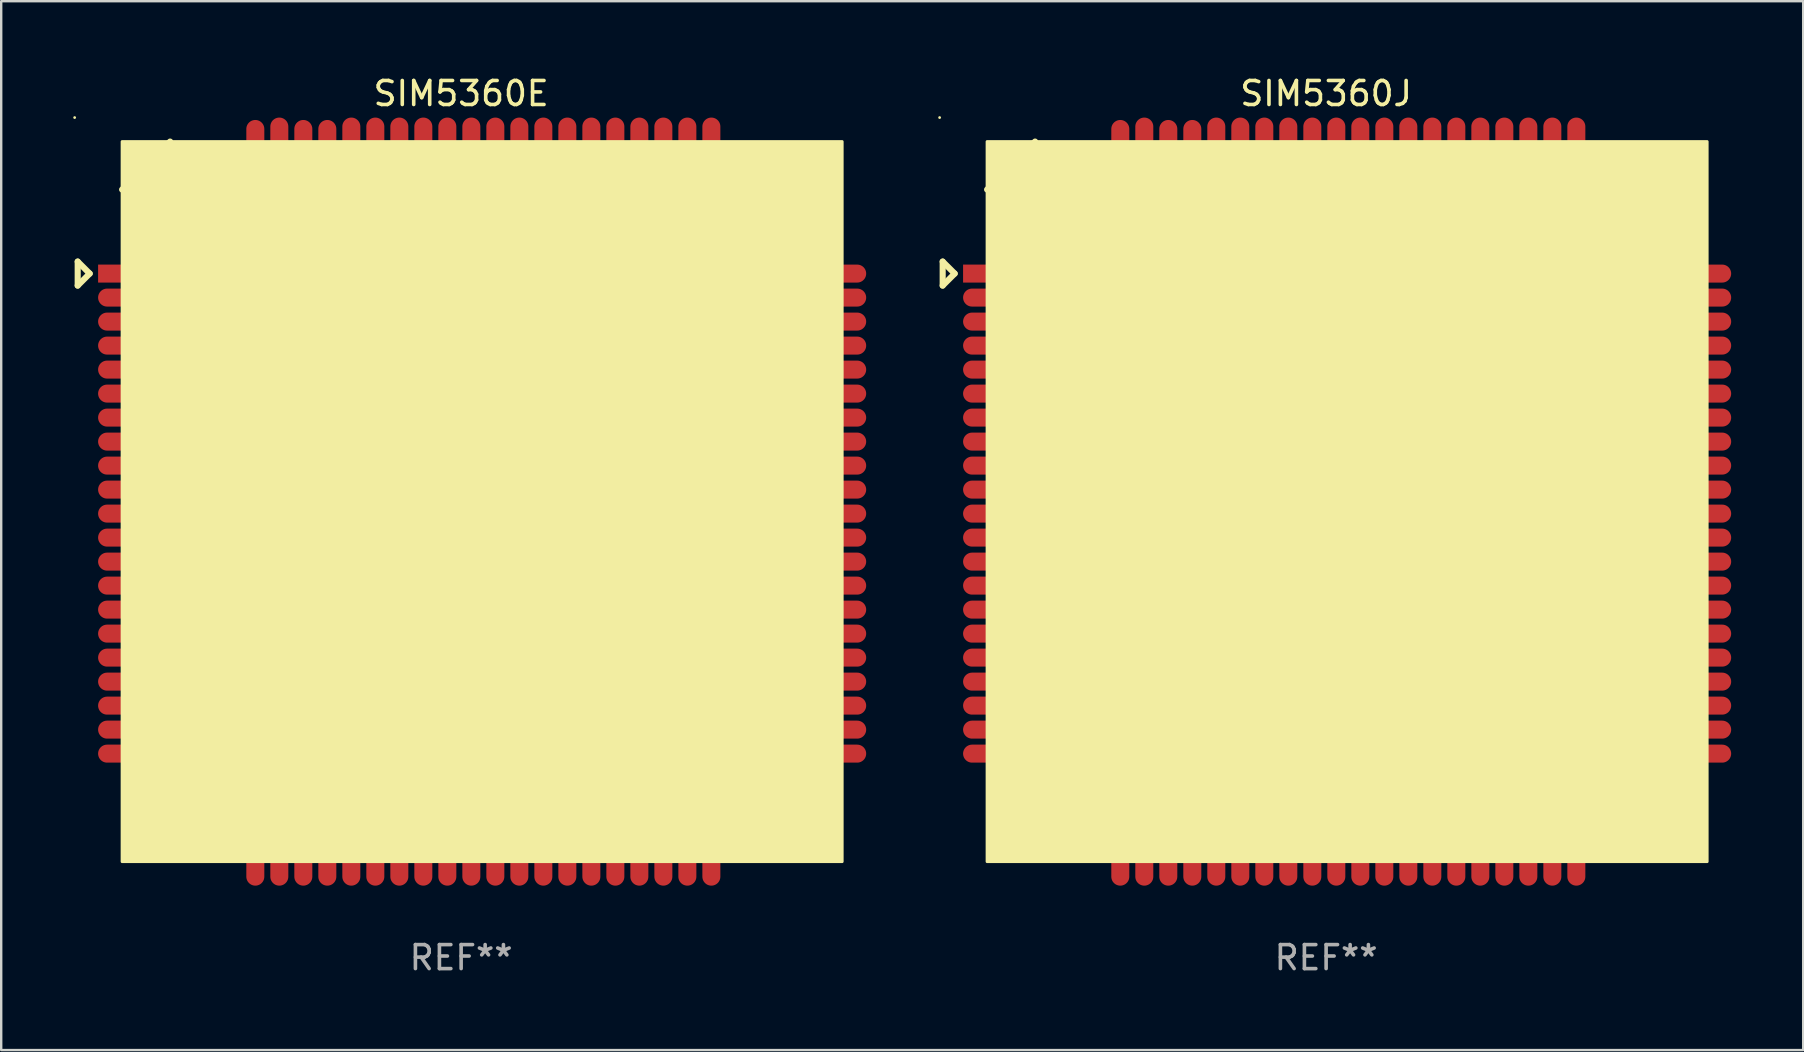
<source format=kicad_pcb>
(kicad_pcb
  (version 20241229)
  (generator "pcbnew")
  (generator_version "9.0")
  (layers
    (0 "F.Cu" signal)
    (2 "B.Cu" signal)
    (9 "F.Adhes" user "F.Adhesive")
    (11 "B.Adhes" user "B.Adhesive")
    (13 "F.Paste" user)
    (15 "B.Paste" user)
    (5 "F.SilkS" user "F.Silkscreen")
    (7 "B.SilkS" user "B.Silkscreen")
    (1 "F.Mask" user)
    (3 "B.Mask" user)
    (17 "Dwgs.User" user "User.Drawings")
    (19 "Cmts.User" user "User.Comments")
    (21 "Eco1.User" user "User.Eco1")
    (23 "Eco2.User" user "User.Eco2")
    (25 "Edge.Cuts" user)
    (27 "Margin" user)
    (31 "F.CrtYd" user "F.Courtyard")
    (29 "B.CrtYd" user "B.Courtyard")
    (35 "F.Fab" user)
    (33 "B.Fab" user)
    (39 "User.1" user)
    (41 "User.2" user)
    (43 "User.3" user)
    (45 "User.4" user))
  (footprint "SIM5360J"
    (layer "F.Cu")
    (at 52.199 17.848)
    (property "Reference" "SIM5360J" (at 0 -17 0) (layer "F.SilkS") (effects (font (size 1 1) (thickness 0.15))))
    (attr through_hole)
    (fp_line (start -15.975 -10) (end -15.975 -9) (stroke (width 0.254) (type solid)) (layer "F.SilkS"))
    (fp_line (start -15.975 -9) (end -15.475 -9.5) (stroke (width 0.254) (type solid)) (layer "F.SilkS"))
    (fp_line (start -15.475 -9.5) (end -15.975 -10) (stroke (width 0.254) (type solid)) (layer "F.SilkS"))
    (fp_line (start -12.125 -15) (end -14.125 -13) (stroke (width 0.254) (type solid)) (layer "F.SilkS"))
    (fp_circle (center -16.102 -16) (end -16.072 -16) (stroke (width 0.06) (type solid)) (fill no) (layer "F.SilkS"))
    (fp_poly (pts (xy -14.125 -15) (xy 15.875 -15) (xy 15.875 15) (xy -14.125 15)) (stroke (width 0.12) (type solid)) (fill yes) (layer "F.SilkS"))
    (fp_text user "REF**" (at 0 19 0) (layer "F.Fab") (effects (font (size 1 1) (thickness 0.15))))
    (pad "1" smd rect (at -14.125 -9.5) (size 2 0.75) (layers "F.Cu" "F.Mask" "F.Paste"))
    (pad "2" smd oval (at -14.125 -8.5) (size 2 0.75) (layers "F.Cu" "F.Mask" "F.Paste"))
    (pad "3" smd oval (at -14.125 -7.5) (size 2 0.75) (layers "F.Cu" "F.Mask" "F.Paste"))
    (pad "4" smd oval (at -14.125 -6.5) (size 2 0.75) (layers "F.Cu" "F.Mask" "F.Paste"))
    (pad "5" smd oval (at -14.125 -5.5) (size 2 0.75) (layers "F.Cu" "F.Mask" "F.Paste"))
    (pad "6" smd oval (at -14.125 -4.5) (size 2 0.75) (layers "F.Cu" "F.Mask" "F.Paste"))
    (pad "7" smd oval (at -14.125 -3.5) (size 2 0.75) (layers "F.Cu" "F.Mask" "F.Paste"))
    (pad "8" smd oval (at -14.125 -2.5) (size 2 0.75) (layers "F.Cu" "F.Mask" "F.Paste"))
    (pad "9" smd oval (at -14.125 -1.5) (size 2 0.75) (layers "F.Cu" "F.Mask" "F.Paste"))
    (pad "10" smd oval (at -14.125 -0.5) (size 2 0.75) (layers "F.Cu" "F.Mask" "F.Paste"))
    (pad "11" smd oval (at -14.125 0.5) (size 2 0.75) (layers "F.Cu" "F.Mask" "F.Paste"))
    (pad "12" smd oval (at -14.125 1.5) (size 2 0.75) (layers "F.Cu" "F.Mask" "F.Paste"))
    (pad "13" smd oval (at -14.125 2.5) (size 2 0.75) (layers "F.Cu" "F.Mask" "F.Paste"))
    (pad "14" smd oval (at -14.125 3.5) (size 2 0.75) (layers "F.Cu" "F.Mask" "F.Paste"))
    (pad "15" smd oval (at -14.125 4.5) (size 2 0.75) (layers "F.Cu" "F.Mask" "F.Paste"))
    (pad "16" smd oval (at -14.125 5.5) (size 2 0.75) (layers "F.Cu" "F.Mask" "F.Paste"))
    (pad "17" smd oval (at -14.125 6.5) (size 2 0.75) (layers "F.Cu" "F.Mask" "F.Paste"))
    (pad "18" smd oval (at -14.125 7.5) (size 2 0.75) (layers "F.Cu" "F.Mask" "F.Paste"))
    (pad "19" smd oval (at -14.125 8.5) (size 2 0.75) (layers "F.Cu" "F.Mask" "F.Paste"))
    (pad "20" smd oval (at -14.125 9.5) (size 2 0.75) (layers "F.Cu" "F.Mask" "F.Paste"))
    (pad "21" smd oval (at -8.575 15 90) (size 2 0.75) (layers "F.Cu" "F.Mask" "F.Paste"))
    (pad "22" smd oval (at -7.575 15 90) (size 2 0.75) (layers "F.Cu" "F.Mask" "F.Paste"))
    (pad "23" smd oval (at -6.575 15 90) (size 2 0.75) (layers "F.Cu" "F.Mask" "F.Paste"))
    (pad "24" smd oval (at -5.575 15 90) (size 2 0.75) (layers "F.Cu" "F.Mask" "F.Paste"))
    (pad "25" smd oval (at -4.575 15 90) (size 2 0.75) (layers "F.Cu" "F.Mask" "F.Paste"))
    (pad "26" smd oval (at -3.575 15 90) (size 2 0.75) (layers "F.Cu" "F.Mask" "F.Paste"))
    (pad "27" smd oval (at -2.575 15 90) (size 2 0.75) (layers "F.Cu" "F.Mask" "F.Paste"))
    (pad "28" smd oval (at -1.575 15 90) (size 2 0.75) (layers "F.Cu" "F.Mask" "F.Paste"))
    (pad "29" smd oval (at -0.575 15 90) (size 2 0.75) (layers "F.Cu" "F.Mask" "F.Paste"))
    (pad "30" smd oval (at 0.425 15 90) (size 2 0.75) (layers "F.Cu" "F.Mask" "F.Paste"))
    (pad "31" smd oval (at 1.425 15 90) (size 2 0.75) (layers "F.Cu" "F.Mask" "F.Paste"))
    (pad "32" smd oval (at 2.425 15 90) (size 2 0.75) (layers "F.Cu" "F.Mask" "F.Paste"))
    (pad "33" smd oval (at 3.425 15 90) (size 2 0.75) (layers "F.Cu" "F.Mask" "F.Paste"))
    (pad "34" smd oval (at 4.425 15 90) (size 2 0.75) (layers "F.Cu" "F.Mask" "F.Paste"))
    (pad "35" smd oval (at 5.425 15 90) (size 2 0.75) (layers "F.Cu" "F.Mask" "F.Paste"))
    (pad "36" smd oval (at 6.425 15 90) (size 2 0.75) (layers "F.Cu" "F.Mask" "F.Paste"))
    (pad "37" smd oval (at 7.425 15 90) (size 2 0.75) (layers "F.Cu" "F.Mask" "F.Paste"))
    (pad "38" smd oval (at 8.425 15 90) (size 2 0.75) (layers "F.Cu" "F.Mask" "F.Paste"))
    (pad "39" smd oval (at 9.425 15 90) (size 2 0.75) (layers "F.Cu" "F.Mask" "F.Paste"))
    (pad "40" smd oval (at 10.425 15 90) (size 2 0.75) (layers "F.Cu" "F.Mask" "F.Paste"))
    (pad "41" smd oval (at 15.875 9.5 180) (size 2 0.75) (layers "F.Cu" "F.Mask" "F.Paste"))
    (pad "42" smd oval (at 15.875 8.5 180) (size 2 0.75) (layers "F.Cu" "F.Mask" "F.Paste"))
    (pad "43" smd oval (at 15.875 7.5 180) (size 2 0.75) (layers "F.Cu" "F.Mask" "F.Paste"))
    (pad "44" smd oval (at 15.875 6.5 180) (size 2 0.75) (layers "F.Cu" "F.Mask" "F.Paste"))
    (pad "45" smd oval (at 15.875 5.5 180) (size 2 0.75) (layers "F.Cu" "F.Mask" "F.Paste"))
    (pad "46" smd oval (at 15.875 4.5 180) (size 2 0.75) (layers "F.Cu" "F.Mask" "F.Paste"))
    (pad "47" smd oval (at 15.875 3.5 180) (size 2 0.75) (layers "F.Cu" "F.Mask" "F.Paste"))
    (pad "48" smd oval (at 15.875 2.5 180) (size 2 0.75) (layers "F.Cu" "F.Mask" "F.Paste"))
    (pad "49" smd oval (at 15.875 1.5 180) (size 2 0.75) (layers "F.Cu" "F.Mask" "F.Paste"))
    (pad "50" smd oval (at 15.875 0.5 180) (size 2 0.75) (layers "F.Cu" "F.Mask" "F.Paste"))
    (pad "51" smd oval (at 15.875 -0.5 180) (size 2 0.75) (layers "F.Cu" "F.Mask" "F.Paste"))
    (pad "52" smd oval (at 15.875 -1.5 180) (size 2 0.75) (layers "F.Cu" "F.Mask" "F.Paste"))
    (pad "53" smd oval (at 15.875 -2.5 180) (size 2 0.75) (layers "F.Cu" "F.Mask" "F.Paste"))
    (pad "54" smd oval (at 15.875 -3.5 180) (size 2 0.75) (layers "F.Cu" "F.Mask" "F.Paste"))
    (pad "55" smd oval (at 15.875 -4.5 180) (size 2 0.75) (layers "F.Cu" "F.Mask" "F.Paste"))
    (pad "56" smd oval (at 15.875 -5.5 180) (size 2 0.75) (layers "F.Cu" "F.Mask" "F.Paste"))
    (pad "57" smd oval (at 15.975 -6.5 180) (size 1.8 0.75) (layers "F.Cu" "F.Mask" "F.Paste"))
    (pad "58" smd oval (at 15.975 -7.5 180) (size 1.8 0.75) (layers "F.Cu" "F.Mask" "F.Paste"))
    (pad "59" smd oval (at 15.875 -8.5 180) (size 2 0.75) (layers "F.Cu" "F.Mask" "F.Paste"))
    (pad "60" smd oval (at 15.975 -9.5 180) (size 1.8 0.75) (layers "F.Cu" "F.Mask" "F.Paste"))
    (pad "61" smd oval (at 10.425 -15 270) (size 2 0.75) (layers "F.Cu" "F.Mask" "F.Paste"))
    (pad "62" smd oval (at 9.425 -15 270) (size 2 0.75) (layers "F.Cu" "F.Mask" "F.Paste"))
    (pad "63" smd oval (at 8.425 -15 270) (size 2 0.75) (layers "F.Cu" "F.Mask" "F.Paste"))
    (pad "64" smd oval (at 7.425 -15 270) (size 2 0.75) (layers "F.Cu" "F.Mask" "F.Paste"))
    (pad "65" smd oval (at 6.425 -15 270) (size 2 0.75) (layers "F.Cu" "F.Mask" "F.Paste"))
    (pad "66" smd oval (at 5.425 -15 270) (size 2 0.75) (layers "F.Cu" "F.Mask" "F.Paste"))
    (pad "67" smd oval (at 4.425 -15 270) (size 2 0.75) (layers "F.Cu" "F.Mask" "F.Paste"))
    (pad "68" smd oval (at 3.425 -15 270) (size 2 0.75) (layers "F.Cu" "F.Mask" "F.Paste"))
    (pad "69" smd oval (at 2.425 -15 270) (size 2 0.75) (layers "F.Cu" "F.Mask" "F.Paste"))
    (pad "70" smd oval (at 1.425 -15 270) (size 2 0.75) (layers "F.Cu" "F.Mask" "F.Paste"))
    (pad "71" smd oval (at 0.425 -15 270) (size 2 0.75) (layers "F.Cu" "F.Mask" "F.Paste"))
    (pad "72" smd oval (at -0.575 -15 270) (size 2 0.75) (layers "F.Cu" "F.Mask" "F.Paste"))
    (pad "73" smd oval (at -1.575 -15 270) (size 2 0.75) (layers "F.Cu" "F.Mask" "F.Paste"))
    (pad "74" smd oval (at -2.575 -15 270) (size 2 0.75) (layers "F.Cu" "F.Mask" "F.Paste"))
    (pad "75" smd oval (at -3.575 -15 270) (size 2 0.75) (layers "F.Cu" "F.Mask" "F.Paste"))
    (pad "76" smd oval (at -4.575 -15 270) (size 2 0.75) (layers "F.Cu" "F.Mask" "F.Paste"))
    (pad "77" smd oval (at -5.575 -15 270) (size 1.8 0.75) (layers "F.Cu" "F.Mask" "F.Paste"))
    (pad "78" smd oval (at -6.575 -15 270) (size 1.8 0.75) (layers "F.Cu" "F.Mask" "F.Paste"))
    (pad "79" smd oval (at -7.575 -15 270) (size 2 0.75) (layers "F.Cu" "F.Mask" "F.Paste"))
    (pad "80" smd oval (at -8.575 -15 270) (size 1.8 0.75) (layers "F.Cu" "F.Mask" "F.Paste"))
    (pad "81" smd oval (at -14.125 10.5) (size 2 0.75) (layers "F.Cu" "F.Mask" "F.Paste"))
    (pad "82" smd oval (at 15.875 10.5 180) (size 2 0.75) (layers "F.Cu" "F.Mask" "F.Paste")))
  (footprint "SIM5360E"
    (layer "F.Cu")
    (at 16.162 17.848)
    (property "Reference" "SIM5360E" (at 0 -17 0) (layer "F.SilkS") (effects (font (size 1 1) (thickness 0.15))))
    (attr through_hole)
    (fp_line (start -15.975 -10) (end -15.975 -9) (stroke (width 0.254) (type solid)) (layer "F.SilkS"))
    (fp_line (start -15.975 -9) (end -15.475 -9.5) (stroke (width 0.254) (type solid)) (layer "F.SilkS"))
    (fp_line (start -15.475 -9.5) (end -15.975 -10) (stroke (width 0.254) (type solid)) (layer "F.SilkS"))
    (fp_line (start -12.125 -15) (end -14.125 -13) (stroke (width 0.254) (type solid)) (layer "F.SilkS"))
    (fp_circle (center -16.102 -16) (end -16.072 -16) (stroke (width 0.06) (type solid)) (fill no) (layer "F.SilkS"))
    (fp_poly (pts (xy -14.125 -15) (xy 15.875 -15) (xy 15.875 15) (xy -14.125 15)) (stroke (width 0.12) (type solid)) (fill yes) (layer "F.SilkS"))
    (fp_text user "REF**" (at 0 19 0) (layer "F.Fab") (effects (font (size 1 1) (thickness 0.15))))
    (pad "1" smd rect (at -14.125 -9.5) (size 2 0.75) (layers "F.Cu" "F.Mask" "F.Paste"))
    (pad "2" smd oval (at -14.125 -8.5) (size 2 0.75) (layers "F.Cu" "F.Mask" "F.Paste"))
    (pad "3" smd oval (at -14.125 -7.5) (size 2 0.75) (layers "F.Cu" "F.Mask" "F.Paste"))
    (pad "4" smd oval (at -14.125 -6.5) (size 2 0.75) (layers "F.Cu" "F.Mask" "F.Paste"))
    (pad "5" smd oval (at -14.125 -5.5) (size 2 0.75) (layers "F.Cu" "F.Mask" "F.Paste"))
    (pad "6" smd oval (at -14.125 -4.5) (size 2 0.75) (layers "F.Cu" "F.Mask" "F.Paste"))
    (pad "7" smd oval (at -14.125 -3.5) (size 2 0.75) (layers "F.Cu" "F.Mask" "F.Paste"))
    (pad "8" smd oval (at -14.125 -2.5) (size 2 0.75) (layers "F.Cu" "F.Mask" "F.Paste"))
    (pad "9" smd oval (at -14.125 -1.5) (size 2 0.75) (layers "F.Cu" "F.Mask" "F.Paste"))
    (pad "10" smd oval (at -14.125 -0.5) (size 2 0.75) (layers "F.Cu" "F.Mask" "F.Paste"))
    (pad "11" smd oval (at -14.125 0.5) (size 2 0.75) (layers "F.Cu" "F.Mask" "F.Paste"))
    (pad "12" smd oval (at -14.125 1.5) (size 2 0.75) (layers "F.Cu" "F.Mask" "F.Paste"))
    (pad "13" smd oval (at -14.125 2.5) (size 2 0.75) (layers "F.Cu" "F.Mask" "F.Paste"))
    (pad "14" smd oval (at -14.125 3.5) (size 2 0.75) (layers "F.Cu" "F.Mask" "F.Paste"))
    (pad "15" smd oval (at -14.125 4.5) (size 2 0.75) (layers "F.Cu" "F.Mask" "F.Paste"))
    (pad "16" smd oval (at -14.125 5.5) (size 2 0.75) (layers "F.Cu" "F.Mask" "F.Paste"))
    (pad "17" smd oval (at -14.125 6.5) (size 2 0.75) (layers "F.Cu" "F.Mask" "F.Paste"))
    (pad "18" smd oval (at -14.125 7.5) (size 2 0.75) (layers "F.Cu" "F.Mask" "F.Paste"))
    (pad "19" smd oval (at -14.125 8.5) (size 2 0.75) (layers "F.Cu" "F.Mask" "F.Paste"))
    (pad "20" smd oval (at -14.125 9.5) (size 2 0.75) (layers "F.Cu" "F.Mask" "F.Paste"))
    (pad "21" smd oval (at -8.575 15 90) (size 2 0.75) (layers "F.Cu" "F.Mask" "F.Paste"))
    (pad "22" smd oval (at -7.575 15 90) (size 2 0.75) (layers "F.Cu" "F.Mask" "F.Paste"))
    (pad "23" smd oval (at -6.575 15 90) (size 2 0.75) (layers "F.Cu" "F.Mask" "F.Paste"))
    (pad "24" smd oval (at -5.575 15 90) (size 2 0.75) (layers "F.Cu" "F.Mask" "F.Paste"))
    (pad "25" smd oval (at -4.575 15 90) (size 2 0.75) (layers "F.Cu" "F.Mask" "F.Paste"))
    (pad "26" smd oval (at -3.575 15 90) (size 2 0.75) (layers "F.Cu" "F.Mask" "F.Paste"))
    (pad "27" smd oval (at -2.575 15 90) (size 2 0.75) (layers "F.Cu" "F.Mask" "F.Paste"))
    (pad "28" smd oval (at -1.575 15 90) (size 2 0.75) (layers "F.Cu" "F.Mask" "F.Paste"))
    (pad "29" smd oval (at -0.575 15 90) (size 2 0.75) (layers "F.Cu" "F.Mask" "F.Paste"))
    (pad "30" smd oval (at 0.425 15 90) (size 2 0.75) (layers "F.Cu" "F.Mask" "F.Paste"))
    (pad "31" smd oval (at 1.425 15 90) (size 2 0.75) (layers "F.Cu" "F.Mask" "F.Paste"))
    (pad "32" smd oval (at 2.425 15 90) (size 2 0.75) (layers "F.Cu" "F.Mask" "F.Paste"))
    (pad "33" smd oval (at 3.425 15 90) (size 2 0.75) (layers "F.Cu" "F.Mask" "F.Paste"))
    (pad "34" smd oval (at 4.425 15 90) (size 2 0.75) (layers "F.Cu" "F.Mask" "F.Paste"))
    (pad "35" smd oval (at 5.425 15 90) (size 2 0.75) (layers "F.Cu" "F.Mask" "F.Paste"))
    (pad "36" smd oval (at 6.425 15 90) (size 2 0.75) (layers "F.Cu" "F.Mask" "F.Paste"))
    (pad "37" smd oval (at 7.425 15 90) (size 2 0.75) (layers "F.Cu" "F.Mask" "F.Paste"))
    (pad "38" smd oval (at 8.425 15 90) (size 2 0.75) (layers "F.Cu" "F.Mask" "F.Paste"))
    (pad "39" smd oval (at 9.425 15 90) (size 2 0.75) (layers "F.Cu" "F.Mask" "F.Paste"))
    (pad "40" smd oval (at 10.425 15 90) (size 2 0.75) (layers "F.Cu" "F.Mask" "F.Paste"))
    (pad "41" smd oval (at 15.875 9.5 180) (size 2 0.75) (layers "F.Cu" "F.Mask" "F.Paste"))
    (pad "42" smd oval (at 15.875 8.5 180) (size 2 0.75) (layers "F.Cu" "F.Mask" "F.Paste"))
    (pad "43" smd oval (at 15.875 7.5 180) (size 2 0.75) (layers "F.Cu" "F.Mask" "F.Paste"))
    (pad "44" smd oval (at 15.875 6.5 180) (size 2 0.75) (layers "F.Cu" "F.Mask" "F.Paste"))
    (pad "45" smd oval (at 15.875 5.5 180) (size 2 0.75) (layers "F.Cu" "F.Mask" "F.Paste"))
    (pad "46" smd oval (at 15.875 4.5 180) (size 2 0.75) (layers "F.Cu" "F.Mask" "F.Paste"))
    (pad "47" smd oval (at 15.875 3.5 180) (size 2 0.75) (layers "F.Cu" "F.Mask" "F.Paste"))
    (pad "48" smd oval (at 15.875 2.5 180) (size 2 0.75) (layers "F.Cu" "F.Mask" "F.Paste"))
    (pad "49" smd oval (at 15.875 1.5 180) (size 2 0.75) (layers "F.Cu" "F.Mask" "F.Paste"))
    (pad "50" smd oval (at 15.875 0.5 180) (size 2 0.75) (layers "F.Cu" "F.Mask" "F.Paste"))
    (pad "51" smd oval (at 15.875 -0.5 180) (size 2 0.75) (layers "F.Cu" "F.Mask" "F.Paste"))
    (pad "52" smd oval (at 15.875 -1.5 180) (size 2 0.75) (layers "F.Cu" "F.Mask" "F.Paste"))
    (pad "53" smd oval (at 15.875 -2.5 180) (size 2 0.75) (layers "F.Cu" "F.Mask" "F.Paste"))
    (pad "54" smd oval (at 15.875 -3.5 180) (size 2 0.75) (layers "F.Cu" "F.Mask" "F.Paste"))
    (pad "55" smd oval (at 15.875 -4.5 180) (size 2 0.75) (layers "F.Cu" "F.Mask" "F.Paste"))
    (pad "56" smd oval (at 15.875 -5.5 180) (size 2 0.75) (layers "F.Cu" "F.Mask" "F.Paste"))
    (pad "57" smd oval (at 15.975 -6.5 180) (size 1.8 0.75) (layers "F.Cu" "F.Mask" "F.Paste"))
    (pad "58" smd oval (at 15.975 -7.5 180) (size 1.8 0.75) (layers "F.Cu" "F.Mask" "F.Paste"))
    (pad "59" smd oval (at 15.875 -8.5 180) (size 2 0.75) (layers "F.Cu" "F.Mask" "F.Paste"))
    (pad "60" smd oval (at 15.975 -9.5 180) (size 1.8 0.75) (layers "F.Cu" "F.Mask" "F.Paste"))
    (pad "61" smd oval (at 10.425 -15 270) (size 2 0.75) (layers "F.Cu" "F.Mask" "F.Paste"))
    (pad "62" smd oval (at 9.425 -15 270) (size 2 0.75) (layers "F.Cu" "F.Mask" "F.Paste"))
    (pad "63" smd oval (at 8.425 -15 270) (size 2 0.75) (layers "F.Cu" "F.Mask" "F.Paste"))
    (pad "64" smd oval (at 7.425 -15 270) (size 2 0.75) (layers "F.Cu" "F.Mask" "F.Paste"))
    (pad "65" smd oval (at 6.425 -15 270) (size 2 0.75) (layers "F.Cu" "F.Mask" "F.Paste"))
    (pad "66" smd oval (at 5.425 -15 270) (size 2 0.75) (layers "F.Cu" "F.Mask" "F.Paste"))
    (pad "67" smd oval (at 4.425 -15 270) (size 2 0.75) (layers "F.Cu" "F.Mask" "F.Paste"))
    (pad "68" smd oval (at 3.425 -15 270) (size 2 0.75) (layers "F.Cu" "F.Mask" "F.Paste"))
    (pad "69" smd oval (at 2.425 -15 270) (size 2 0.75) (layers "F.Cu" "F.Mask" "F.Paste"))
    (pad "70" smd oval (at 1.425 -15 270) (size 2 0.75) (layers "F.Cu" "F.Mask" "F.Paste"))
    (pad "71" smd oval (at 0.425 -15 270) (size 2 0.75) (layers "F.Cu" "F.Mask" "F.Paste"))
    (pad "72" smd oval (at -0.575 -15 270) (size 2 0.75) (layers "F.Cu" "F.Mask" "F.Paste"))
    (pad "73" smd oval (at -1.575 -15 270) (size 2 0.75) (layers "F.Cu" "F.Mask" "F.Paste"))
    (pad "74" smd oval (at -2.575 -15 270) (size 2 0.75) (layers "F.Cu" "F.Mask" "F.Paste"))
    (pad "75" smd oval (at -3.575 -15 270) (size 2 0.75) (layers "F.Cu" "F.Mask" "F.Paste"))
    (pad "76" smd oval (at -4.575 -15 270) (size 2 0.75) (layers "F.Cu" "F.Mask" "F.Paste"))
    (pad "77" smd oval (at -5.575 -15 270) (size 1.8 0.75) (layers "F.Cu" "F.Mask" "F.Paste"))
    (pad "78" smd oval (at -6.575 -15 270) (size 1.8 0.75) (layers "F.Cu" "F.Mask" "F.Paste"))
    (pad "79" smd oval (at -7.575 -15 270) (size 2 0.75) (layers "F.Cu" "F.Mask" "F.Paste"))
    (pad "80" smd oval (at -8.575 -15 270) (size 1.8 0.75) (layers "F.Cu" "F.Mask" "F.Paste"))
    (pad "81" smd oval (at -14.125 10.5) (size 2 0.75) (layers "F.Cu" "F.Mask" "F.Paste"))
    (pad "82" smd oval (at 15.875 10.5 180) (size 2 0.75) (layers "F.Cu" "F.Mask" "F.Paste")))
  (gr_rect
    (start -3 -3)
    (end 72.075 40.697)
    (stroke (width 0.1) (type default))
    (fill no)
    (layer "Edge.Cuts")))
</source>
